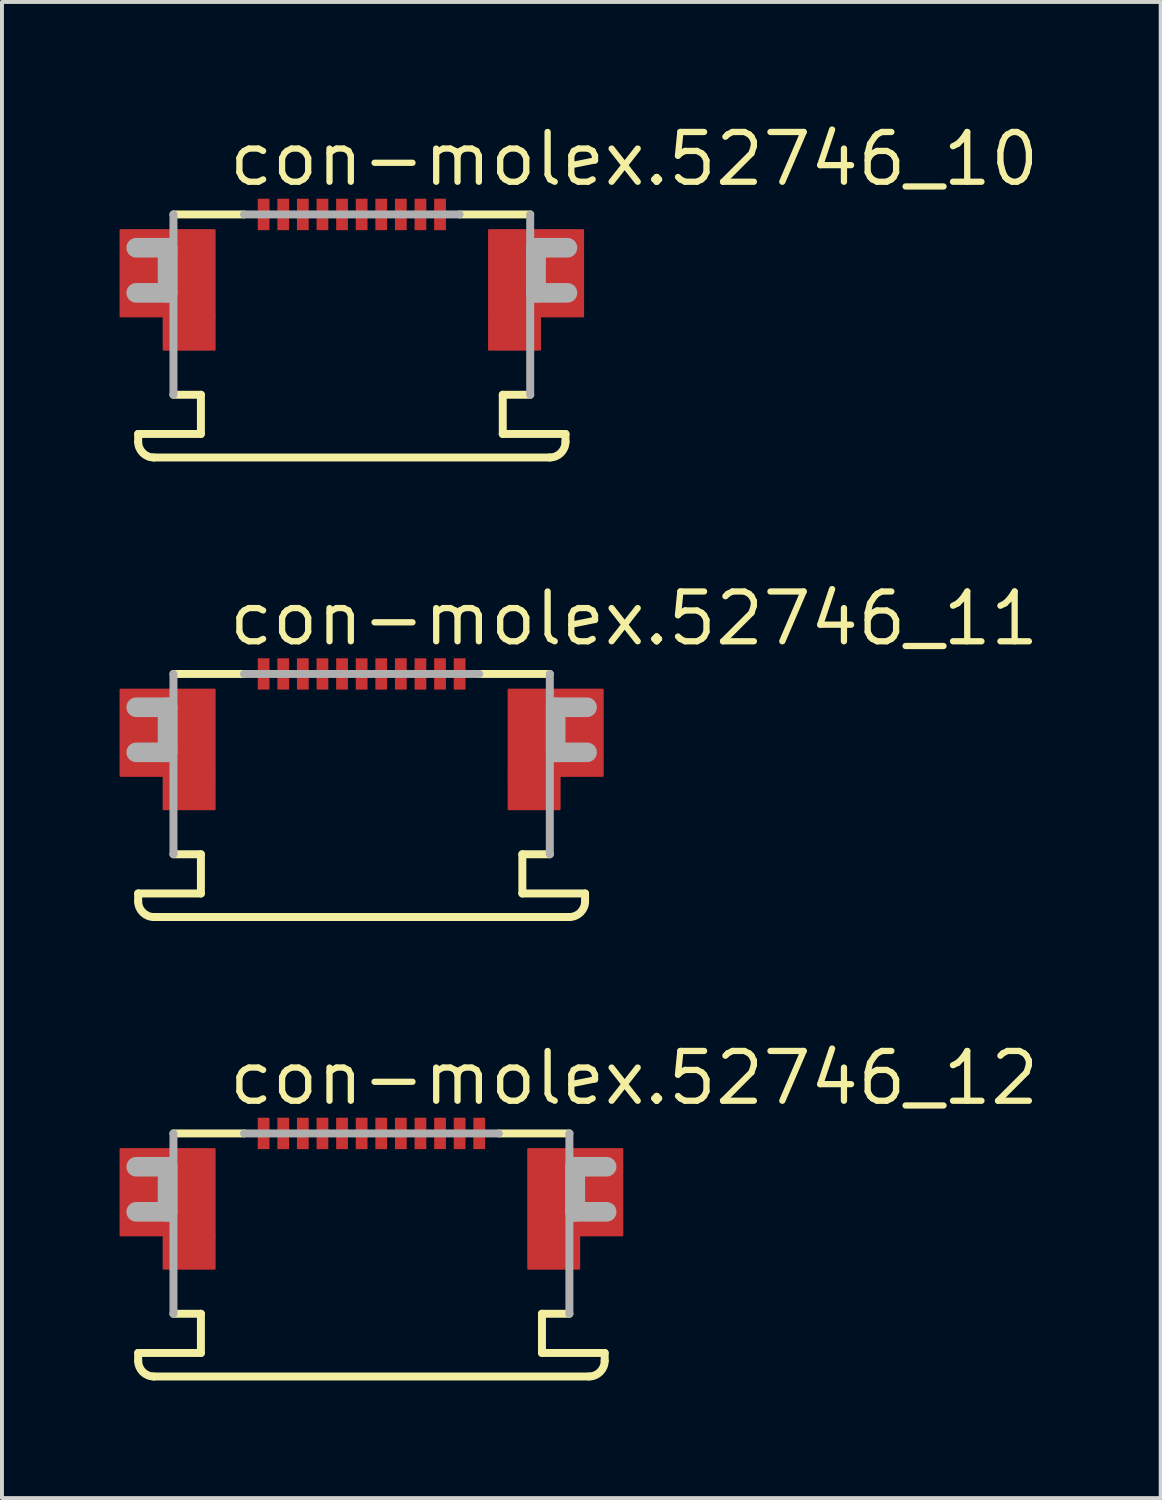
<source format=kicad_pcb>
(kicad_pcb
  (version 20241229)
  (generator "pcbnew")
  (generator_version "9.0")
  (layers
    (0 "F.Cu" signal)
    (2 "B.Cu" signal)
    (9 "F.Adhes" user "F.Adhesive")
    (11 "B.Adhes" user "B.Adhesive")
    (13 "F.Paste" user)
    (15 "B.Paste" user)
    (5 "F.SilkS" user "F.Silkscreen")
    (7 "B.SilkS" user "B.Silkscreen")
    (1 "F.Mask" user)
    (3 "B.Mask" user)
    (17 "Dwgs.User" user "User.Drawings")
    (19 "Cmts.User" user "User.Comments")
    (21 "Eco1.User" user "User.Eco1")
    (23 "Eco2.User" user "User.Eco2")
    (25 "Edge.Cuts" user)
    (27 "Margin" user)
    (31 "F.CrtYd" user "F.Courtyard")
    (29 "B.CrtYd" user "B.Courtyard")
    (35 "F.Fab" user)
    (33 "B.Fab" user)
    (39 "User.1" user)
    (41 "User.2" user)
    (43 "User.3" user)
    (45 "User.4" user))
  (footprint "con-molex.52746_12"
    (layer "F.Cu")
    (at 6.425 26.463)
    (property "Reference" "con-molex.52746_12" (at -3.715 -1.27 0) (layer "F.SilkS") (effects (font (size 1.27 1.27) (thickness 0.16)) (justify left bottom)))
    (attr smd)
    (fp_rect (start -6.4 2) (end -4 -0.2) (stroke (width 0.05) (type default)) (fill yes) (layer "F.Cu"))
    (fp_rect (start -5.3 2.85) (end -4 2) (stroke (width 0.05) (type default)) (fill yes) (layer "F.Cu"))
    (fp_rect (start 4 2) (end 6.4 -0.2) (stroke (width 0.05) (type default)) (fill yes) (layer "F.Cu"))
    (fp_rect (start 4 2.85) (end 5.3 2) (stroke (width 0.05) (type default)) (fill yes) (layer "F.Cu"))
    (fp_rect (start -6.4 2) (end -4 -0.2) (stroke (width 0.05) (type default)) (fill yes) (layer "F.Mask"))
    (fp_rect (start -5.3 2.85) (end -4 2) (stroke (width 0.05) (type default)) (fill yes) (layer "F.Mask"))
    (fp_rect (start -2.925 -0.175) (end -2.575 -1.025) (stroke (width 0.05) (type default)) (fill yes) (layer "F.Mask"))
    (fp_rect (start -2.425 -0.175) (end -2.075 -1.025) (stroke (width 0.05) (type default)) (fill yes) (layer "F.Mask"))
    (fp_rect (start -1.925 -0.175) (end -1.575 -1.025) (stroke (width 0.05) (type default)) (fill yes) (layer "F.Mask"))
    (fp_rect (start -1.425 -0.175) (end -1.075 -1.025) (stroke (width 0.05) (type default)) (fill yes) (layer "F.Mask"))
    (fp_rect (start -0.925 -0.175) (end -0.575 -1.025) (stroke (width 0.05) (type default)) (fill yes) (layer "F.Mask"))
    (fp_rect (start -0.425 -0.175) (end -0.075 -1.025) (stroke (width 0.05) (type default)) (fill yes) (layer "F.Mask"))
    (fp_rect (start 0.075 -0.175) (end 0.425 -1.025) (stroke (width 0.05) (type default)) (fill yes) (layer "F.Mask"))
    (fp_rect (start 0.575 -0.175) (end 0.925 -1.025) (stroke (width 0.05) (type default)) (fill yes) (layer "F.Mask"))
    (fp_rect (start 1.075 -0.175) (end 1.425 -1.025) (stroke (width 0.05) (type default)) (fill yes) (layer "F.Mask"))
    (fp_rect (start 1.575 -0.175) (end 1.925 -1.025) (stroke (width 0.05) (type default)) (fill yes) (layer "F.Mask"))
    (fp_rect (start 2.075 -0.175) (end 2.425 -1.025) (stroke (width 0.05) (type default)) (fill yes) (layer "F.Mask"))
    (fp_rect (start 2.575 -0.175) (end 2.925 -1.025) (stroke (width 0.05) (type default)) (fill yes) (layer "F.Mask"))
    (fp_rect (start 4 2) (end 6.4 -0.2) (stroke (width 0.05) (type default)) (fill yes) (layer "F.Mask"))
    (fp_rect (start 4 2.85) (end 5.3 2) (stroke (width 0.05) (type default)) (fill yes) (layer "F.Mask"))
    (fp_line (start -5.95 5) (end -4.35 5) (stroke (width 0.203) (type default)) (layer "F.SilkS"))
    (fp_line (start -5.95 5.2) (end -5.95 5) (stroke (width 0.203) (type default)) (layer "F.SilkS"))
    (fp_line (start -5.05 -0.6) (end -3.25 -0.6) (stroke (width 0.203) (type default)) (layer "F.SilkS"))
    (fp_line (start -4.35 4) (end -5.05 4) (stroke (width 0.203) (type default)) (layer "F.SilkS"))
    (fp_line (start -4.35 5) (end -4.35 4) (stroke (width 0.203) (type default)) (layer "F.SilkS"))
    (fp_line (start 3.25 -0.6) (end 5.05 -0.6) (stroke (width 0.203) (type default)) (layer "F.SilkS"))
    (fp_line (start 4.35 4) (end 4.35 5) (stroke (width 0.203) (type default)) (layer "F.SilkS"))
    (fp_line (start 4.35 5) (end 5.95 5) (stroke (width 0.203) (type default)) (layer "F.SilkS"))
    (fp_line (start 5.05 4) (end 4.35 4) (stroke (width 0.203) (type default)) (layer "F.SilkS"))
    (fp_line (start 5.55 5.6) (end -5.55 5.6) (stroke (width 0.203) (type default)) (layer "F.SilkS"))
    (fp_line (start 5.95 5) (end 5.95 5.2) (stroke (width 0.203) (type default)) (layer "F.SilkS"))
    (fp_arc (start -5.55 5.6) (mid -5.832843 5.482843) (end -5.95 5.2) (stroke (width 0.2032) (type default)) (layer "F.SilkS"))
    (fp_arc (start 5.95 5.2) (mid 5.832843 5.482843) (end 5.55 5.6) (stroke (width 0.2032) (type default)) (layer "F.SilkS"))
    (fp_rect (start -6.275 1.9) (end -4.1 -0.075) (stroke (width 0.05) (type default)) (fill yes) (layer "F.Paste"))
    (fp_rect (start -5.2 2.75) (end -4.1 1.9) (stroke (width 0.05) (type default)) (fill yes) (layer "F.Paste"))
    (fp_rect (start 4.1 1.9) (end 6.275 -0.075) (stroke (width 0.05) (type default)) (fill yes) (layer "F.Paste"))
    (fp_rect (start 4.1 2.75) (end 5.2 1.9) (stroke (width 0.05) (type default)) (fill yes) (layer "F.Paste"))
    (fp_line (start -6 0.25) (end -5.2 0.25) (stroke (width 0.5) (type default)) (layer "F.Fab"))
    (fp_line (start -5.2 0.25) (end -5.2 1.4) (stroke (width 0.5) (type default)) (layer "F.Fab"))
    (fp_line (start -5.2 1.4) (end -6 1.4) (stroke (width 0.5) (type default)) (layer "F.Fab"))
    (fp_line (start -5.05 4) (end -5.05 -0.6) (stroke (width 0.203) (type default)) (layer "F.Fab"))
    (fp_line (start -3.25 -0.6) (end 3.25 -0.6) (stroke (width 0.203) (type default)) (layer "F.Fab"))
    (fp_line (start 5.05 -0.6) (end 5.05 4) (stroke (width 0.203) (type default)) (layer "F.Fab"))
    (fp_line (start 5.2 0.25) (end 6 0.25) (stroke (width 0.5) (type default)) (layer "F.Fab"))
    (fp_line (start 5.2 1.4) (end 5.2 0.25) (stroke (width 0.5) (type default)) (layer "F.Fab"))
    (fp_line (start 6 1.4) (end 5.2 1.4) (stroke (width 0.5) (type default)) (layer "F.Fab"))
    (pad "1" smd roundrect (at -2.75 -0.6) (size 0.3 0.8) (layers "F.Cu" "F.Mask" "F.Paste") (roundrect_rratio 0.01))
    (pad "2" smd roundrect (at -2.25 -0.6) (size 0.3 0.8) (layers "F.Cu" "F.Mask" "F.Paste") (roundrect_rratio 0.01))
    (pad "3" smd roundrect (at -1.75 -0.6) (size 0.3 0.8) (layers "F.Cu" "F.Mask" "F.Paste") (roundrect_rratio 0.01))
    (pad "4" smd roundrect (at -1.25 -0.6) (size 0.3 0.8) (layers "F.Cu" "F.Mask" "F.Paste") (roundrect_rratio 0.01))
    (pad "5" smd roundrect (at -0.75 -0.6) (size 0.3 0.8) (layers "F.Cu" "F.Mask" "F.Paste") (roundrect_rratio 0.01))
    (pad "6" smd roundrect (at -0.25 -0.6) (size 0.3 0.8) (layers "F.Cu" "F.Mask" "F.Paste") (roundrect_rratio 0.01))
    (pad "7" smd roundrect (at 0.25 -0.6) (size 0.3 0.8) (layers "F.Cu" "F.Mask" "F.Paste") (roundrect_rratio 0.01))
    (pad "8" smd roundrect (at 0.75 -0.6) (size 0.3 0.8) (layers "F.Cu" "F.Mask" "F.Paste") (roundrect_rratio 0.01))
    (pad "9" smd roundrect (at 1.25 -0.6) (size 0.3 0.8) (layers "F.Cu" "F.Mask" "F.Paste") (roundrect_rratio 0.01))
    (pad "10" smd roundrect (at 1.75 -0.6) (size 0.3 0.8) (layers "F.Cu" "F.Mask" "F.Paste") (roundrect_rratio 0.01))
    (pad "11" smd roundrect (at 2.25 -0.6) (size 0.3 0.8) (layers "F.Cu" "F.Mask" "F.Paste") (roundrect_rratio 0.01))
    (pad "12" smd roundrect (at 2.75 -0.6) (size 0.3 0.8) (layers "F.Cu" "F.Mask" "F.Paste") (roundrect_rratio 0.01)))
  (footprint "con-molex.52746_11"
    (layer "F.Cu")
    (at 6.175 14.742)
    (property "Reference" "con-molex.52746_11" (at -3.465 -1.27 0) (layer "F.SilkS") (effects (font (size 1.27 1.27) (thickness 0.16)) (justify left bottom)))
    (attr smd)
    (fp_rect (start -6.15 2) (end -3.75 -0.2) (stroke (width 0.05) (type default)) (fill yes) (layer "F.Cu"))
    (fp_rect (start -5.05 2.85) (end -3.75 2) (stroke (width 0.05) (type default)) (fill yes) (layer "F.Cu"))
    (fp_rect (start 3.75 2) (end 6.15 -0.2) (stroke (width 0.05) (type default)) (fill yes) (layer "F.Cu"))
    (fp_rect (start 3.75 2.85) (end 5.05 2) (stroke (width 0.05) (type default)) (fill yes) (layer "F.Cu"))
    (fp_rect (start -6.15 2) (end -3.75 -0.2) (stroke (width 0.05) (type default)) (fill yes) (layer "F.Mask"))
    (fp_rect (start -5.05 2.85) (end -3.75 2) (stroke (width 0.05) (type default)) (fill yes) (layer "F.Mask"))
    (fp_rect (start -2.675 -0.175) (end -2.325 -1.025) (stroke (width 0.05) (type default)) (fill yes) (layer "F.Mask"))
    (fp_rect (start -2.175 -0.175) (end -1.825 -1.025) (stroke (width 0.05) (type default)) (fill yes) (layer "F.Mask"))
    (fp_rect (start -1.675 -0.175) (end -1.325 -1.025) (stroke (width 0.05) (type default)) (fill yes) (layer "F.Mask"))
    (fp_rect (start -1.175 -0.175) (end -0.825 -1.025) (stroke (width 0.05) (type default)) (fill yes) (layer "F.Mask"))
    (fp_rect (start -0.675 -0.175) (end -0.325 -1.025) (stroke (width 0.05) (type default)) (fill yes) (layer "F.Mask"))
    (fp_rect (start -0.175 -0.175) (end 0.175 -1.025) (stroke (width 0.05) (type default)) (fill yes) (layer "F.Mask"))
    (fp_rect (start 0.325 -0.175) (end 0.675 -1.025) (stroke (width 0.05) (type default)) (fill yes) (layer "F.Mask"))
    (fp_rect (start 0.825 -0.175) (end 1.175 -1.025) (stroke (width 0.05) (type default)) (fill yes) (layer "F.Mask"))
    (fp_rect (start 1.325 -0.175) (end 1.675 -1.025) (stroke (width 0.05) (type default)) (fill yes) (layer "F.Mask"))
    (fp_rect (start 1.825 -0.175) (end 2.175 -1.025) (stroke (width 0.05) (type default)) (fill yes) (layer "F.Mask"))
    (fp_rect (start 2.325 -0.175) (end 2.675 -1.025) (stroke (width 0.05) (type default)) (fill yes) (layer "F.Mask"))
    (fp_rect (start 3.75 2) (end 6.15 -0.2) (stroke (width 0.05) (type default)) (fill yes) (layer "F.Mask"))
    (fp_rect (start 3.75 2.85) (end 5.05 2) (stroke (width 0.05) (type default)) (fill yes) (layer "F.Mask"))
    (fp_line (start -5.7 5) (end -4.1 5) (stroke (width 0.203) (type default)) (layer "F.SilkS"))
    (fp_line (start -5.7 5.2) (end -5.7 5) (stroke (width 0.203) (type default)) (layer "F.SilkS"))
    (fp_line (start -4.8 -0.6) (end -3 -0.6) (stroke (width 0.203) (type default)) (layer "F.SilkS"))
    (fp_line (start -4.1 4) (end -4.8 4) (stroke (width 0.203) (type default)) (layer "F.SilkS"))
    (fp_line (start -4.1 5) (end -4.1 4) (stroke (width 0.203) (type default)) (layer "F.SilkS"))
    (fp_line (start 3 -0.6) (end 4.8 -0.6) (stroke (width 0.203) (type default)) (layer "F.SilkS"))
    (fp_line (start 4.1 4) (end 4.1 5) (stroke (width 0.203) (type default)) (layer "F.SilkS"))
    (fp_line (start 4.1 5) (end 5.7 5) (stroke (width 0.203) (type default)) (layer "F.SilkS"))
    (fp_line (start 4.8 4) (end 4.1 4) (stroke (width 0.203) (type default)) (layer "F.SilkS"))
    (fp_line (start 5.3 5.6) (end -5.3 5.6) (stroke (width 0.203) (type default)) (layer "F.SilkS"))
    (fp_line (start 5.7 5) (end 5.7 5.2) (stroke (width 0.203) (type default)) (layer "F.SilkS"))
    (fp_arc (start -5.3 5.6) (mid -5.582843 5.482843) (end -5.7 5.2) (stroke (width 0.2032) (type default)) (layer "F.SilkS"))
    (fp_arc (start 5.7 5.2) (mid 5.582843 5.482843) (end 5.3 5.6) (stroke (width 0.2032) (type default)) (layer "F.SilkS"))
    (fp_rect (start -6.025 1.9) (end -3.85 -0.075) (stroke (width 0.05) (type default)) (fill yes) (layer "F.Paste"))
    (fp_rect (start -4.95 2.75) (end -3.85 1.9) (stroke (width 0.05) (type default)) (fill yes) (layer "F.Paste"))
    (fp_rect (start 3.85 1.9) (end 6.025 -0.075) (stroke (width 0.05) (type default)) (fill yes) (layer "F.Paste"))
    (fp_rect (start 3.85 2.75) (end 4.95 1.9) (stroke (width 0.05) (type default)) (fill yes) (layer "F.Paste"))
    (fp_line (start -5.75 0.25) (end -4.95 0.25) (stroke (width 0.5) (type default)) (layer "F.Fab"))
    (fp_line (start -4.95 0.25) (end -4.95 1.4) (stroke (width 0.5) (type default)) (layer "F.Fab"))
    (fp_line (start -4.95 1.4) (end -5.75 1.4) (stroke (width 0.5) (type default)) (layer "F.Fab"))
    (fp_line (start -4.8 4) (end -4.8 -0.6) (stroke (width 0.203) (type default)) (layer "F.Fab"))
    (fp_line (start -3 -0.6) (end 3 -0.6) (stroke (width 0.203) (type default)) (layer "F.Fab"))
    (fp_line (start 4.8 -0.6) (end 4.8 4) (stroke (width 0.203) (type default)) (layer "F.Fab"))
    (fp_line (start 4.95 0.25) (end 5.75 0.25) (stroke (width 0.5) (type default)) (layer "F.Fab"))
    (fp_line (start 4.95 1.4) (end 4.95 0.25) (stroke (width 0.5) (type default)) (layer "F.Fab"))
    (fp_line (start 5.75 1.4) (end 4.95 1.4) (stroke (width 0.5) (type default)) (layer "F.Fab"))
    (pad "1" smd roundrect (at -2.5 -0.6) (size 0.3 0.8) (layers "F.Cu" "F.Mask" "F.Paste") (roundrect_rratio 0.01))
    (pad "2" smd roundrect (at -2 -0.6) (size 0.3 0.8) (layers "F.Cu" "F.Mask" "F.Paste") (roundrect_rratio 0.01))
    (pad "3" smd roundrect (at -1.5 -0.6) (size 0.3 0.8) (layers "F.Cu" "F.Mask" "F.Paste") (roundrect_rratio 0.01))
    (pad "4" smd roundrect (at -1 -0.6) (size 0.3 0.8) (layers "F.Cu" "F.Mask" "F.Paste") (roundrect_rratio 0.01))
    (pad "5" smd roundrect (at -0.5 -0.6) (size 0.3 0.8) (layers "F.Cu" "F.Mask" "F.Paste") (roundrect_rratio 0.01))
    (pad "6" smd roundrect (at 0 -0.6) (size 0.3 0.8) (layers "F.Cu" "F.Mask" "F.Paste") (roundrect_rratio 0.01))
    (pad "7" smd roundrect (at 0.5 -0.6) (size 0.3 0.8) (layers "F.Cu" "F.Mask" "F.Paste") (roundrect_rratio 0.01))
    (pad "8" smd roundrect (at 1 -0.6) (size 0.3 0.8) (layers "F.Cu" "F.Mask" "F.Paste") (roundrect_rratio 0.01))
    (pad "9" smd roundrect (at 1.5 -0.6) (size 0.3 0.8) (layers "F.Cu" "F.Mask" "F.Paste") (roundrect_rratio 0.01))
    (pad "10" smd roundrect (at 2 -0.6) (size 0.3 0.8) (layers "F.Cu" "F.Mask" "F.Paste") (roundrect_rratio 0.01))
    (pad "11" smd roundrect (at 2.5 -0.6) (size 0.3 0.8) (layers "F.Cu" "F.Mask" "F.Paste") (roundrect_rratio 0.01)))
  (footprint "con-molex.52746_10"
    (layer "F.Cu")
    (at 5.925 3.02)
    (property "Reference" "con-molex.52746_10" (at -3.215 -1.27 0) (layer "F.SilkS") (effects (font (size 1.27 1.27) (thickness 0.16)) (justify left bottom)))
    (attr smd)
    (fp_rect (start -5.9 2) (end -3.5 -0.2) (stroke (width 0.05) (type default)) (fill yes) (layer "F.Cu"))
    (fp_rect (start -4.8 2.85) (end -3.5 2) (stroke (width 0.05) (type default)) (fill yes) (layer "F.Cu"))
    (fp_rect (start 3.5 2) (end 5.9 -0.2) (stroke (width 0.05) (type default)) (fill yes) (layer "F.Cu"))
    (fp_rect (start 3.5 2.85) (end 4.8 2) (stroke (width 0.05) (type default)) (fill yes) (layer "F.Cu"))
    (fp_rect (start -5.9 2) (end -3.5 -0.2) (stroke (width 0.05) (type default)) (fill yes) (layer "F.Mask"))
    (fp_rect (start -4.8 2.85) (end -3.5 2) (stroke (width 0.05) (type default)) (fill yes) (layer "F.Mask"))
    (fp_rect (start -2.425 -0.175) (end -2.075 -1.025) (stroke (width 0.05) (type default)) (fill yes) (layer "F.Mask"))
    (fp_rect (start -1.925 -0.175) (end -1.575 -1.025) (stroke (width 0.05) (type default)) (fill yes) (layer "F.Mask"))
    (fp_rect (start -1.425 -0.175) (end -1.075 -1.025) (stroke (width 0.05) (type default)) (fill yes) (layer "F.Mask"))
    (fp_rect (start -0.925 -0.175) (end -0.575 -1.025) (stroke (width 0.05) (type default)) (fill yes) (layer "F.Mask"))
    (fp_rect (start -0.425 -0.175) (end -0.075 -1.025) (stroke (width 0.05) (type default)) (fill yes) (layer "F.Mask"))
    (fp_rect (start 0.075 -0.175) (end 0.425 -1.025) (stroke (width 0.05) (type default)) (fill yes) (layer "F.Mask"))
    (fp_rect (start 0.575 -0.175) (end 0.925 -1.025) (stroke (width 0.05) (type default)) (fill yes) (layer "F.Mask"))
    (fp_rect (start 1.075 -0.175) (end 1.425 -1.025) (stroke (width 0.05) (type default)) (fill yes) (layer "F.Mask"))
    (fp_rect (start 1.575 -0.175) (end 1.925 -1.025) (stroke (width 0.05) (type default)) (fill yes) (layer "F.Mask"))
    (fp_rect (start 2.075 -0.175) (end 2.425 -1.025) (stroke (width 0.05) (type default)) (fill yes) (layer "F.Mask"))
    (fp_rect (start 3.5 2) (end 5.9 -0.2) (stroke (width 0.05) (type default)) (fill yes) (layer "F.Mask"))
    (fp_rect (start 3.5 2.85) (end 4.8 2) (stroke (width 0.05) (type default)) (fill yes) (layer "F.Mask"))
    (fp_line (start -5.45 5) (end -3.85 5) (stroke (width 0.203) (type default)) (layer "F.SilkS"))
    (fp_line (start -5.45 5.2) (end -5.45 5) (stroke (width 0.203) (type default)) (layer "F.SilkS"))
    (fp_line (start -4.55 -0.6) (end -2.75 -0.6) (stroke (width 0.203) (type default)) (layer "F.SilkS"))
    (fp_line (start -3.85 4) (end -4.55 4) (stroke (width 0.203) (type default)) (layer "F.SilkS"))
    (fp_line (start -3.85 5) (end -3.85 4) (stroke (width 0.203) (type default)) (layer "F.SilkS"))
    (fp_line (start 2.75 -0.6) (end 4.55 -0.6) (stroke (width 0.203) (type default)) (layer "F.SilkS"))
    (fp_line (start 3.85 4) (end 3.85 5) (stroke (width 0.203) (type default)) (layer "F.SilkS"))
    (fp_line (start 3.85 5) (end 5.45 5) (stroke (width 0.203) (type default)) (layer "F.SilkS"))
    (fp_line (start 4.55 4) (end 3.85 4) (stroke (width 0.203) (type default)) (layer "F.SilkS"))
    (fp_line (start 5.05 5.6) (end -5.05 5.6) (stroke (width 0.203) (type default)) (layer "F.SilkS"))
    (fp_line (start 5.45 5) (end 5.45 5.2) (stroke (width 0.203) (type default)) (layer "F.SilkS"))
    (fp_arc (start -5.05 5.6) (mid -5.332843 5.482843) (end -5.45 5.2) (stroke (width 0.2032) (type default)) (layer "F.SilkS"))
    (fp_arc (start 5.45 5.2) (mid 5.332843 5.482843) (end 5.05 5.6) (stroke (width 0.2032) (type default)) (layer "F.SilkS"))
    (fp_rect (start -5.775 1.9) (end -3.6 -0.075) (stroke (width 0.05) (type default)) (fill yes) (layer "F.Paste"))
    (fp_rect (start -4.7 2.75) (end -3.6 1.9) (stroke (width 0.05) (type default)) (fill yes) (layer "F.Paste"))
    (fp_rect (start 3.6 1.9) (end 5.775 -0.075) (stroke (width 0.05) (type default)) (fill yes) (layer "F.Paste"))
    (fp_rect (start 3.6 2.75) (end 4.7 1.9) (stroke (width 0.05) (type default)) (fill yes) (layer "F.Paste"))
    (fp_line (start -5.5 0.25) (end -4.7 0.25) (stroke (width 0.5) (type default)) (layer "F.Fab"))
    (fp_line (start -4.7 0.25) (end -4.7 1.4) (stroke (width 0.5) (type default)) (layer "F.Fab"))
    (fp_line (start -4.7 1.4) (end -5.5 1.4) (stroke (width 0.5) (type default)) (layer "F.Fab"))
    (fp_line (start -4.55 4) (end -4.55 -0.6) (stroke (width 0.203) (type default)) (layer "F.Fab"))
    (fp_line (start -2.75 -0.6) (end 2.75 -0.6) (stroke (width 0.203) (type default)) (layer "F.Fab"))
    (fp_line (start 4.55 -0.6) (end 4.55 4) (stroke (width 0.203) (type default)) (layer "F.Fab"))
    (fp_line (start 4.7 0.25) (end 5.5 0.25) (stroke (width 0.5) (type default)) (layer "F.Fab"))
    (fp_line (start 4.7 1.4) (end 4.7 0.25) (stroke (width 0.5) (type default)) (layer "F.Fab"))
    (fp_line (start 5.5 1.4) (end 4.7 1.4) (stroke (width 0.5) (type default)) (layer "F.Fab"))
    (pad "1" smd roundrect (at -2.25 -0.6) (size 0.3 0.8) (layers "F.Cu" "F.Mask" "F.Paste") (roundrect_rratio 0.01))
    (pad "2" smd roundrect (at -1.75 -0.6) (size 0.3 0.8) (layers "F.Cu" "F.Mask" "F.Paste") (roundrect_rratio 0.01))
    (pad "3" smd roundrect (at -1.25 -0.6) (size 0.3 0.8) (layers "F.Cu" "F.Mask" "F.Paste") (roundrect_rratio 0.01))
    (pad "4" smd roundrect (at -0.75 -0.6) (size 0.3 0.8) (layers "F.Cu" "F.Mask" "F.Paste") (roundrect_rratio 0.01))
    (pad "5" smd roundrect (at -0.25 -0.6) (size 0.3 0.8) (layers "F.Cu" "F.Mask" "F.Paste") (roundrect_rratio 0.01))
    (pad "6" smd roundrect (at 0.25 -0.6) (size 0.3 0.8) (layers "F.Cu" "F.Mask" "F.Paste") (roundrect_rratio 0.01))
    (pad "7" smd roundrect (at 0.75 -0.6) (size 0.3 0.8) (layers "F.Cu" "F.Mask" "F.Paste") (roundrect_rratio 0.01))
    (pad "8" smd roundrect (at 1.25 -0.6) (size 0.3 0.8) (layers "F.Cu" "F.Mask" "F.Paste") (roundrect_rratio 0.01))
    (pad "9" smd roundrect (at 1.75 -0.6) (size 0.3 0.8) (layers "F.Cu" "F.Mask" "F.Paste") (roundrect_rratio 0.01))
    (pad "10" smd roundrect (at 2.25 -0.6) (size 0.3 0.8) (layers "F.Cu" "F.Mask" "F.Paste") (roundrect_rratio 0.01)))
  (gr_rect
    (start -3 -3)
    (end 26.558 35.165)
    (stroke (width 0.1) (type default))
    (fill no)
    (layer "Edge.Cuts")))
</source>
